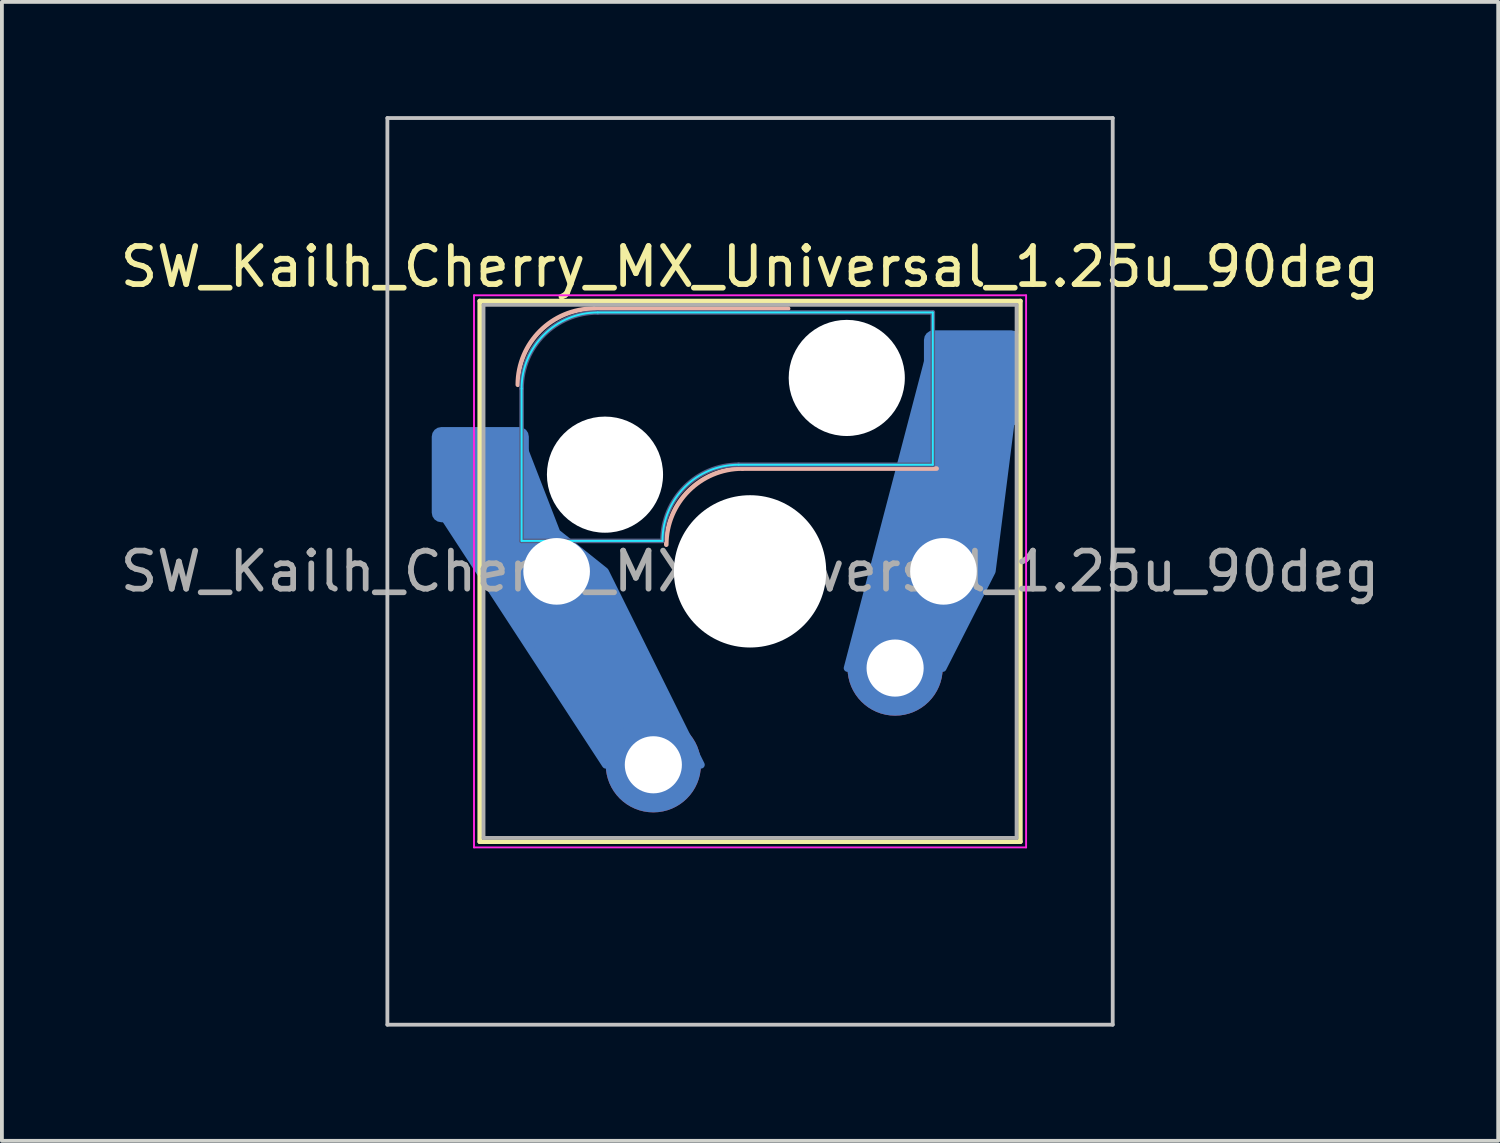
<source format=kicad_pcb>
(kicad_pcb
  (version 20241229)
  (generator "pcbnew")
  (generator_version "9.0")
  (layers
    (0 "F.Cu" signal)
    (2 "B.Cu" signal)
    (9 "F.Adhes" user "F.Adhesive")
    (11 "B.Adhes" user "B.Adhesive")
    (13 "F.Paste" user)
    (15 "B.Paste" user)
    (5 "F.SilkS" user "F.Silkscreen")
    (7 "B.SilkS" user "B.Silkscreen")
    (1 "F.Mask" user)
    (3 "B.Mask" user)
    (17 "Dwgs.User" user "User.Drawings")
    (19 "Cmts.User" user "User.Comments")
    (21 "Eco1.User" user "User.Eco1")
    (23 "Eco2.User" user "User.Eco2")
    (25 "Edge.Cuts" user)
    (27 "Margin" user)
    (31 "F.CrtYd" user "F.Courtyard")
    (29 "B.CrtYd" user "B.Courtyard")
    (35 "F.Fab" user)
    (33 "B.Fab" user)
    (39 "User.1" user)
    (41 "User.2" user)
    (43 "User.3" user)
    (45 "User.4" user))
  (footprint "SW_Kailh_Cherry_MX_Universal_1.25u_90deg"
    (layer "F.Cu")
    (at 16.649 11.956)
    (property "Reference" "SW_Kailh_Cherry_MX_Universal_1.25u_90deg" (at 0 -8 0) (layer "F.SilkS") (effects (font (size 1 1) (thickness 0.15))))
    (attr smd)
    (fp_poly (pts (xy 6.867 -4.08) (xy 6.35 0) (xy 5.06 2.54) (xy 2.56 2.54) (xy 4.817 -6.08)) (stroke (width 0.2) (type solid)) (fill yes) (layer "B.Cu"))
    (fp_poly (pts (xy -5.08 -1.015) (xy -3.81 0) (xy -1.29 5.08) (xy -3.79 5.08) (xy -8.11 -1.54) (xy -6.06 -3.54)) (stroke (width 0.2) (type solid)) (fill yes) (layer "B.Cu"))
    (fp_line (start -7.1 -7.1) (end -7.1 7.1) (stroke (width 0.12) (type solid)) (layer "F.SilkS"))
    (fp_line (start -7.1 7.1) (end 7.1 7.1) (stroke (width 0.12) (type solid)) (layer "F.SilkS"))
    (fp_line (start 7.1 -7.1) (end -7.1 -7.1) (stroke (width 0.12) (type solid)) (layer "F.SilkS"))
    (fp_line (start 7.1 7.1) (end 7.1 -7.1) (stroke (width 0.12) (type solid)) (layer "F.SilkS"))
    (fp_line (start -4.1 -6.9) (end 1 -6.9) (stroke (width 0.12) (type solid)) (layer "B.SilkS"))
    (fp_line (start -0.2 -2.7) (end 4.9 -2.7) (stroke (width 0.12) (type solid)) (layer "B.SilkS"))
    (fp_arc (start -6.1 -4.9) (mid -5.514214 -6.314214) (end -4.1 -6.9) (stroke (width 0.12) (type solid)) (layer "B.SilkS"))
    (fp_arc (start -2.2 -0.7) (mid -1.614214 -2.114214) (end -0.2 -2.7) (stroke (width 0.12) (type solid)) (layer "B.SilkS"))
    (fp_line (start -9.525 -11.906) (end 9.525 -11.906) (stroke (width 0.1) (type solid)) (layer "Dwgs.User"))
    (fp_line (start -9.525 11.906) (end -9.525 -11.906) (stroke (width 0.1) (type solid)) (layer "Dwgs.User"))
    (fp_line (start 9.525 -11.906) (end 9.525 11.906) (stroke (width 0.1) (type solid)) (layer "Dwgs.User"))
    (fp_line (start 9.525 11.906) (end -9.525 11.906) (stroke (width 0.1) (type solid)) (layer "Dwgs.User"))
    (fp_line (start -7.8 -6) (end -7 -6) (stroke (width 0.1) (type solid)) (layer "Eco1.User"))
    (fp_line (start -7.8 -2.9) (end -7.8 -6) (stroke (width 0.1) (type solid)) (layer "Eco1.User"))
    (fp_line (start -7.8 2.9) (end -7 2.9) (stroke (width 0.1) (type solid)) (layer "Eco1.User"))
    (fp_line (start -7.8 6) (end -7.8 2.9) (stroke (width 0.1) (type solid)) (layer "Eco1.User"))
    (fp_line (start -7 -7) (end 7 -7) (stroke (width 0.1) (type solid)) (layer "Eco1.User"))
    (fp_line (start -7 -6) (end -7 -7) (stroke (width 0.1) (type solid)) (layer "Eco1.User"))
    (fp_line (start -7 -2.9) (end -7.8 -2.9) (stroke (width 0.1) (type solid)) (layer "Eco1.User"))
    (fp_line (start -7 2.9) (end -7 -2.9) (stroke (width 0.1) (type solid)) (layer "Eco1.User"))
    (fp_line (start -7 6) (end -7.8 6) (stroke (width 0.1) (type solid)) (layer "Eco1.User"))
    (fp_line (start -7 7) (end -7 6) (stroke (width 0.1) (type solid)) (layer "Eco1.User"))
    (fp_line (start 7 -7) (end 7 -6) (stroke (width 0.1) (type solid)) (layer "Eco1.User"))
    (fp_line (start 7 -6) (end 7.8 -6) (stroke (width 0.1) (type solid)) (layer "Eco1.User"))
    (fp_line (start 7 -2.9) (end 7 2.9) (stroke (width 0.1) (type solid)) (layer "Eco1.User"))
    (fp_line (start 7 2.9) (end 7.8 2.9) (stroke (width 0.1) (type solid)) (layer "Eco1.User"))
    (fp_line (start 7 6) (end 7 7) (stroke (width 0.1) (type solid)) (layer "Eco1.User"))
    (fp_line (start 7 7) (end -7 7) (stroke (width 0.1) (type solid)) (layer "Eco1.User"))
    (fp_line (start 7.8 -6) (end 7.8 -2.9) (stroke (width 0.1) (type solid)) (layer "Eco1.User"))
    (fp_line (start 7.8 -2.9) (end 7 -2.9) (stroke (width 0.1) (type solid)) (layer "Eco1.User"))
    (fp_line (start 7.8 2.9) (end 7.8 6) (stroke (width 0.1) (type solid)) (layer "Eco1.User"))
    (fp_line (start 7.8 6) (end 7 6) (stroke (width 0.1) (type solid)) (layer "Eco1.User"))
    (fp_line (start -6 -0.8) (end -6 -4.8) (stroke (width 0.05) (type solid)) (layer "B.CrtYd"))
    (fp_line (start -6 -0.8) (end -2.3 -0.8) (stroke (width 0.05) (type solid)) (layer "B.CrtYd"))
    (fp_line (start -4 -6.8) (end 4.8 -6.8) (stroke (width 0.05) (type solid)) (layer "B.CrtYd"))
    (fp_line (start -0.3 -2.8) (end 4.8 -2.8) (stroke (width 0.05) (type solid)) (layer "B.CrtYd"))
    (fp_line (start 4.8 -6.8) (end 4.8 -2.8) (stroke (width 0.05) (type solid)) (layer "B.CrtYd"))
    (fp_arc (start -6 -4.8) (mid -5.414214 -6.214214) (end -4 -6.8) (stroke (width 0.05) (type solid)) (layer "B.CrtYd"))
    (fp_arc (start -2.3 -0.8) (mid -1.714214 -2.214214) (end -0.3 -2.8) (stroke (width 0.05) (type solid)) (layer "B.CrtYd"))
    (fp_line (start -7.25 -7.25) (end -7.25 7.25) (stroke (width 0.05) (type solid)) (layer "F.CrtYd"))
    (fp_line (start -7.25 7.25) (end 7.25 7.25) (stroke (width 0.05) (type solid)) (layer "F.CrtYd"))
    (fp_line (start 7.25 -7.25) (end -7.25 -7.25) (stroke (width 0.05) (type solid)) (layer "F.CrtYd"))
    (fp_line (start 7.25 7.25) (end 7.25 -7.25) (stroke (width 0.05) (type solid)) (layer "F.CrtYd"))
    (fp_line (start -6 -0.8) (end -6 -4.8) (stroke (width 0.12) (type solid)) (layer "B.Fab"))
    (fp_line (start -6 -0.8) (end -2.3 -0.8) (stroke (width 0.12) (type solid)) (layer "B.Fab"))
    (fp_line (start -4 -6.8) (end 4.8 -6.8) (stroke (width 0.12) (type solid)) (layer "B.Fab"))
    (fp_line (start -0.3 -2.8) (end 4.8 -2.8) (stroke (width 0.12) (type solid)) (layer "B.Fab"))
    (fp_line (start 4.8 -6.8) (end 4.8 -2.8) (stroke (width 0.12) (type solid)) (layer "B.Fab"))
    (fp_arc (start -6 -4.8) (mid -5.414214 -6.214214) (end -4 -6.8) (stroke (width 0.12) (type solid)) (layer "B.Fab"))
    (fp_arc (start -2.3 -0.8) (mid -1.714214 -2.214214) (end -0.3 -2.8) (stroke (width 0.12) (type solid)) (layer "B.Fab"))
    (fp_line (start -7 -7) (end -7 7) (stroke (width 0.1) (type solid)) (layer "F.Fab"))
    (fp_line (start -7 7) (end 7 7) (stroke (width 0.1) (type solid)) (layer "F.Fab"))
    (fp_line (start 7 -7) (end -7 -7) (stroke (width 0.1) (type solid)) (layer "F.Fab"))
    (fp_line (start 7 7) (end 7 -7) (stroke (width 0.1) (type solid)) (layer "F.Fab"))
    (fp_text user "${REFERENCE}" (at 0 0 0) (layer "F.Fab") (effects (font (size 1 1) (thickness 0.15))))
    (pad "" np_thru_hole circle (at -5.08 0) (size 1.75 1.75) (drill 1.75) (layers "*.Cu" "*.Mask"))
    (pad "" np_thru_hole circle (at -3.81 -2.54) (size 3.05 3.05) (drill 3.05) (layers "*.Cu" "*.Mask"))
    (pad "" np_thru_hole circle (at 0 0) (size 4 4) (drill 4) (layers "*.Cu" "*.Mask"))
    (pad "" np_thru_hole circle (at 2.54 -5.08) (size 3.05 3.05) (drill 3.05) (layers "*.Cu" "*.Mask"))
    (pad "" np_thru_hole circle (at 5.08 0) (size 1.75 1.75) (drill 1.75) (layers "*.Cu" "*.Mask"))
    (pad "1" smd roundrect (at -7.085 -2.54) (size 2.55 2.5) (layers "B.Cu" "B.Mask" "B.Paste") (roundrect_rratio 0.1))
    (pad "1" thru_hole circle (at -2.54 5.08) (size 2.5 2.5) (drill 1.5) (layers "*.Cu" "*.Mask"))
    (pad "2" thru_hole circle (at 3.81 2.54) (size 2.5 2.5) (drill 1.5) (layers "*.Cu" "*.Mask"))
    (pad "2" smd roundrect (at 5.842 -5.08) (size 2.55 2.5) (layers "B.Cu" "B.Mask" "B.Paste") (roundrect_rratio 0.1)))
  (gr_rect
    (start -3 -3)
    (end 36.298 26.913)
    (stroke (width 0.1) (type default))
    (fill no)
    (layer "Edge.Cuts")))
</source>
